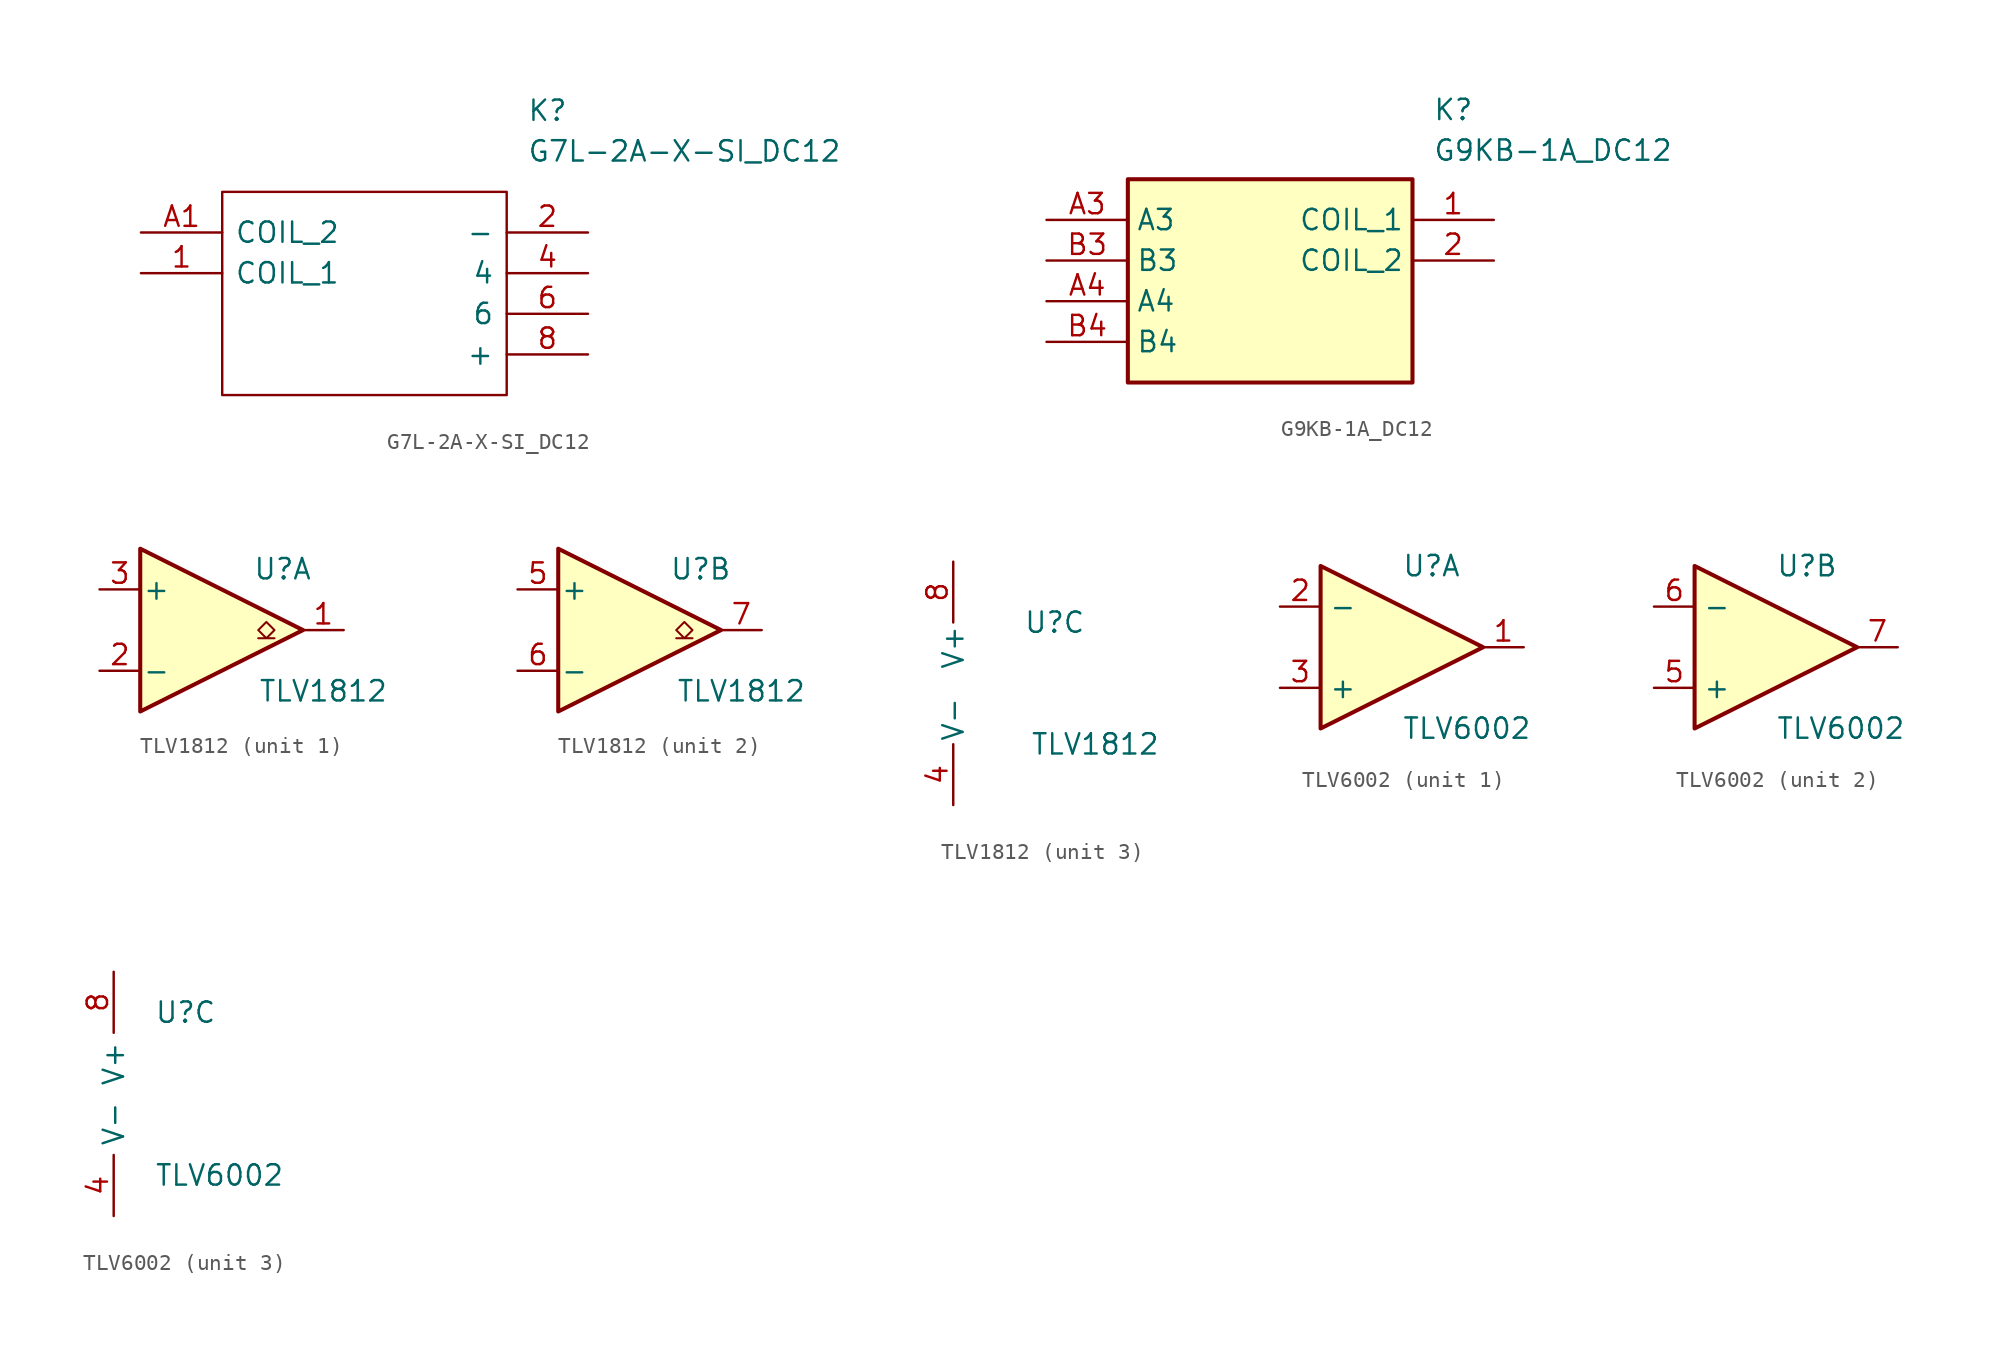
<source format=kicad_sym>
(kicad_symbol_lib
  (version 20241209)
  (generator "kicad_symbol_editor")
  (generator_version "9.0")
  (symbol "G7L-2A-X-SI_DC12"
    (pin_names
      (offset 0.762))
    (property "Reference" "K"
      (at 24.13 7.62 0)
      (effects (font (size 1.27 1.27)) (justify left)))
    (property "Value" "G7L-2A-X-SI_DC12"
      (at 24.13 5.08 0)
      (effects (font (size 1.27 1.27)) (justify left)))
    (symbol "G7L-2A-X-SI_DC12_0_0"
      (pin passive line (at 0 0 0) (length 5.08) (name "COIL_2" (effects (font (size 1.27 1.27)))) (number "A1" (effects (font (size 1.27 1.27)))))
      (pin passive line (at 0 -2.54 0) (length 5.08) (name "COIL_1" (effects (font (size 1.27 1.27)))) (number "1" (effects (font (size 1.27 1.27)))))
      (pin passive line (at 27.94 0 180) (length 5.08) (name "-" (effects (font (size 1.27 1.27)))) (number "2" (effects (font (size 1.27 1.27)))))
      (pin passive line (at 27.94 -2.54 180) (length 5.08) (name "4" (effects (font (size 1.27 1.27)))) (number "4" (effects (font (size 1.27 1.27)))))
      (pin passive line (at 27.94 -5.08 180) (length 5.08) (name "6" (effects (font (size 1.27 1.27)))) (number "6" (effects (font (size 1.27 1.27)))))
      (pin passive line (at 27.94 -7.62 180) (length 5.08) (name "+" (effects (font (size 1.27 1.27)))) (number "8" (effects (font (size 1.27 1.27))))))
    (symbol "G7L-2A-X-SI_DC12_0_1"
      (polyline (pts (xy 5.08 2.54) (xy 22.86 2.54) (xy 22.86 -10.16) (xy 5.08 -10.16) (xy 5.08 2.54)) (stroke (width 0.152) (type solid)) (fill (type none)))))
  (symbol "G9KB-1A_DC12"
    (property "Reference" "K"
      (at 24.13 7.62 0)
      (effects (font (size 1.27 1.27)) (justify left top)))
    (property "Value" "G9KB-1A_DC12"
      (at 24.13 5.08 0)
      (effects (font (size 1.27 1.27)) (justify left top)))
    (symbol "G9KB-1A_DC12_1_1"
      (rectangle (start 5.08 2.54) (end 22.86 -10.16) (stroke (width 0.254) (type default)) (fill (type background)))
      (pin passive line (at 0 0 0) (length 5.08) (name "A3" (effects (font (size 1.27 1.27)))) (number "A3" (effects (font (size 1.27 1.27)))))
      (pin passive line (at 0 -2.54 0) (length 5.08) (name "B3" (effects (font (size 1.27 1.27)))) (number "B3" (effects (font (size 1.27 1.27)))))
      (pin passive line (at 0 -5.08 0) (length 5.08) (name "A4" (effects (font (size 1.27 1.27)))) (number "A4" (effects (font (size 1.27 1.27)))))
      (pin passive line (at 0 -7.62 0) (length 5.08) (name "B4" (effects (font (size 1.27 1.27)))) (number "B4" (effects (font (size 1.27 1.27)))))
      (pin passive line (at 27.94 0 180) (length 5.08) (name "COIL_1" (effects (font (size 1.27 1.27)))) (number "1" (effects (font (size 1.27 1.27)))))
      (pin passive line (at 27.94 -2.54 180) (length 5.08) (name "COIL_2" (effects (font (size 1.27 1.27)))) (number "2" (effects (font (size 1.27 1.27)))))))
  (symbol "TLV1812"
    (pin_names
      (offset 0.127))
    (property "Reference" "U"
      (at 3.81 3.81 0)
      (effects (font (size 1.27 1.27))))
    (property "Value" "TLV1812"
      (at 6.35 -3.81 0)
      (effects (font (size 1.27 1.27))))
    (property "ki_locked" ""
      (at 0 0 0)
      (effects (font (size 1.27 1.27))))
    (symbol "TLV1812_1_1"
      (polyline (pts (xy -5.08 5.08) (xy 5.08 0) (xy -5.08 -5.08) (xy -5.08 5.08)) (stroke (width 0.254) (type default)) (fill (type background)))
      (polyline (pts (xy 3.302 -0.508) (xy 2.794 -0.508) (xy 3.302 0) (xy 2.794 0.508) (xy 2.286 0) (xy 2.794 -0.508) (xy 2.286 -0.508)) (stroke (width 0.127) (type default)) (fill (type none)))
      (pin input line (at -7.62 2.54 0) (length 2.54) (name "+" (effects (font (size 1.27 1.27)))) (number "3" (effects (font (size 1.27 1.27)))))
      (pin input line (at -7.62 -2.54 0) (length 2.54) (name "-" (effects (font (size 1.27 1.27)))) (number "2" (effects (font (size 1.27 1.27)))))
      (pin open_collector line (at 7.62 0 180) (length 2.54) (name "~" (effects (font (size 1.27 1.27)))) (number "1" (effects (font (size 1.27 1.27))))))
    (symbol "TLV1812_2_1"
      (polyline (pts (xy -5.08 5.08) (xy 5.08 0) (xy -5.08 -5.08) (xy -5.08 5.08)) (stroke (width 0.254) (type default)) (fill (type background)))
      (polyline (pts (xy 3.302 -0.508) (xy 2.794 -0.508) (xy 3.302 0) (xy 2.794 0.508) (xy 2.286 0) (xy 2.794 -0.508) (xy 2.286 -0.508)) (stroke (width 0.127) (type default)) (fill (type none)))
      (pin input line (at -7.62 2.54 0) (length 2.54) (name "+" (effects (font (size 1.27 1.27)))) (number "5" (effects (font (size 1.27 1.27)))))
      (pin input line (at -7.62 -2.54 0) (length 2.54) (name "-" (effects (font (size 1.27 1.27)))) (number "6" (effects (font (size 1.27 1.27)))))
      (pin open_collector line (at 7.62 0 180) (length 2.54) (name "~" (effects (font (size 1.27 1.27)))) (number "7" (effects (font (size 1.27 1.27))))))
    (symbol "TLV1812_3_1"
      (pin power_in line (at -2.54 7.62 270) (length 3.81) (name "V+" (effects (font (size 1.27 1.27)))) (number "8" (effects (font (size 1.27 1.27)))))
      (pin power_in line (at -2.54 -7.62 90) (length 3.81) (name "V-" (effects (font (size 1.27 1.27)))) (number "4" (effects (font (size 1.27 1.27)))))))
  (symbol "TLV6002"
    (property "Reference" "U"
      (at 0 5.08 0)
      (effects (font (size 1.27 1.27)) (justify left)))
    (property "Value" "TLV6002"
      (at 0 -5.08 0)
      (effects (font (size 1.27 1.27)) (justify left)))
    (property "ki_locked" ""
      (at 0 0 0)
      (effects (font (size 1.27 1.27))))
    (symbol "TLV6002_1_1"
      (polyline (pts (xy -5.08 5.08) (xy 5.08 0) (xy -5.08 -5.08) (xy -5.08 5.08)) (stroke (width 0.254) (type default)) (fill (type background)))
      (pin input line (at -7.62 2.54 0) (length 2.54) (name "-" (effects (font (size 1.27 1.27)))) (number "2" (effects (font (size 1.27 1.27)))))
      (pin input line (at -7.62 -2.54 0) (length 2.54) (name "+" (effects (font (size 1.27 1.27)))) (number "3" (effects (font (size 1.27 1.27)))))
      (pin output line (at 7.62 0 180) (length 2.54) (name "~" (effects (font (size 1.27 1.27)))) (number "1" (effects (font (size 1.27 1.27))))))
    (symbol "TLV6002_2_1"
      (polyline (pts (xy -5.08 5.08) (xy 5.08 0) (xy -5.08 -5.08) (xy -5.08 5.08)) (stroke (width 0.254) (type default)) (fill (type background)))
      (pin input line (at -7.62 2.54 0) (length 2.54) (name "-" (effects (font (size 1.27 1.27)))) (number "6" (effects (font (size 1.27 1.27)))))
      (pin input line (at -7.62 -2.54 0) (length 2.54) (name "+" (effects (font (size 1.27 1.27)))) (number "5" (effects (font (size 1.27 1.27)))))
      (pin output line (at 7.62 0 180) (length 2.54) (name "~" (effects (font (size 1.27 1.27)))) (number "7" (effects (font (size 1.27 1.27))))))
    (symbol "TLV6002_3_1"
      (pin power_in line (at -2.54 7.62 270) (length 3.81) (name "V+" (effects (font (size 1.27 1.27)))) (number "8" (effects (font (size 1.27 1.27)))))
      (pin power_in line (at -2.54 -7.62 90) (length 3.81) (name "V-" (effects (font (size 1.27 1.27)))) (number "4" (effects (font (size 1.27 1.27))))))))
</source>
